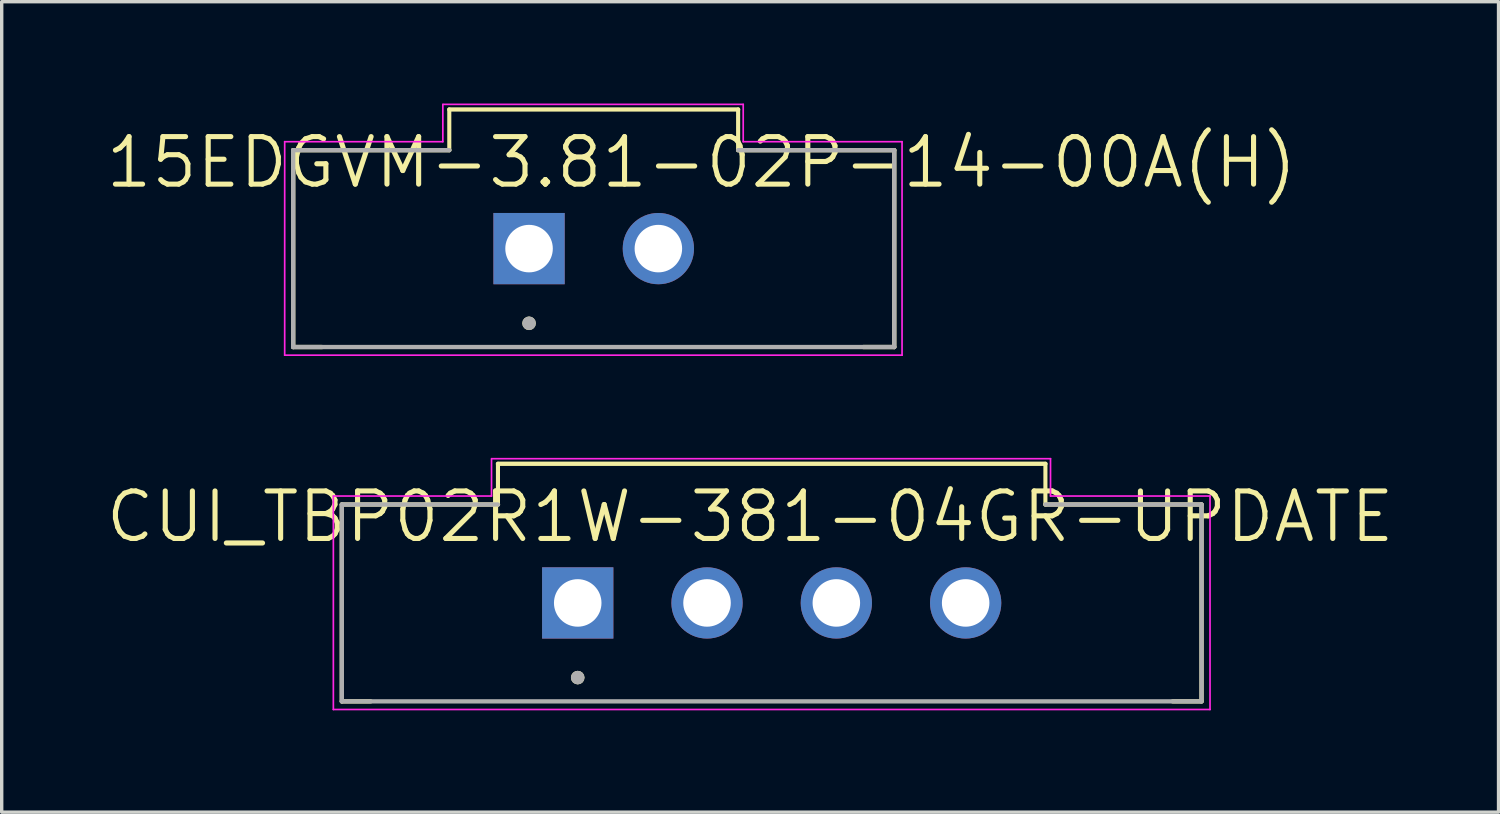
<source format=kicad_pcb>
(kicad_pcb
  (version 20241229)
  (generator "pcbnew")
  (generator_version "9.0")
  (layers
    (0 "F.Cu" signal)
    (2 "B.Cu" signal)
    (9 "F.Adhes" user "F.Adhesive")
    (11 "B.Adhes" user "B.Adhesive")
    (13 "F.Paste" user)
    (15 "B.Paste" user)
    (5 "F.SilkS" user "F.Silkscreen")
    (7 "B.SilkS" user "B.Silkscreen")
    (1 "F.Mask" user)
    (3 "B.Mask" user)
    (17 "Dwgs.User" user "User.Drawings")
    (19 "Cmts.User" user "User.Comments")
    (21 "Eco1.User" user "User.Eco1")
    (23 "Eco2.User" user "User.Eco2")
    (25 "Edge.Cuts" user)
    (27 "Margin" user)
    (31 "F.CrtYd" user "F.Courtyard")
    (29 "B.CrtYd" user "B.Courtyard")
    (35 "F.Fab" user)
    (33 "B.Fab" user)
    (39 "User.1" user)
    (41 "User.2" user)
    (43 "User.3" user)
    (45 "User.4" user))
  (footprint "CUI_TBP02R1W-381-04GR-UPDATE"
    (layer "F.Cu")
    (at 13.972 14.715)
    (property "Reference" "CUI_TBP02R1W-381-04GR-UPDATE" (at 5.08 -2.54 0) (layer "F.SilkS") (effects (font (size 1.4 1.4) (thickness 0.15))))
    (attr through_hole)
    (fp_line (start -6.95 -2.9) (end -2.35 -2.9) (stroke (width 0.127) (type solid)) (layer "F.SilkS"))
    (fp_line (start -6.95 2.9) (end -6.95 -2.9) (stroke (width 0.127) (type solid)) (layer "F.SilkS"))
    (fp_line (start -6.95 2.9) (end -6.1 2.9) (stroke (width 0.127) (type solid)) (layer "F.SilkS"))
    (fp_line (start -2.35 -4.1) (end -2.35 -2.9) (stroke (width 0.12) (type solid)) (layer "F.SilkS"))
    (fp_line (start -2.35 -4.1) (end 13.78 -4.1) (stroke (width 0.127) (type solid)) (layer "F.SilkS"))
    (fp_line (start 13.78 -4.1) (end 13.78 -2.9) (stroke (width 0.12) (type solid)) (layer "F.SilkS"))
    (fp_line (start 13.78 -2.9) (end 18.38 -2.9) (stroke (width 0.127) (type solid)) (layer "F.SilkS"))
    (fp_line (start 18.38 -2.9) (end 18.38 2.9) (stroke (width 0.127) (type solid)) (layer "F.SilkS"))
    (fp_line (start 18.38 2.9) (end 17.53 2.9) (stroke (width 0.127) (type solid)) (layer "F.SilkS"))
    (fp_circle (center 0 2.2) (end 0.1 2.2) (stroke (width 0.2) (type solid)) (fill no) (layer "F.SilkS"))
    (fp_line (start -7.2 -3.15) (end -2.54 -3.15) (stroke (width 0.05) (type solid)) (layer "F.CrtYd"))
    (fp_line (start -7.2 3.14) (end -7.2 -3.15) (stroke (width 0.05) (type solid)) (layer "F.CrtYd"))
    (fp_line (start -2.54 -4.25) (end -2.54 -3.15) (stroke (width 0.05) (type solid)) (layer "F.CrtYd"))
    (fp_line (start -2.53 -4.25) (end 13.93 -4.25) (stroke (width 0.05) (type solid)) (layer "F.CrtYd"))
    (fp_line (start 13.93 -4.25) (end 13.93 -3.15) (stroke (width 0.05) (type solid)) (layer "F.CrtYd"))
    (fp_line (start 13.93 -3.15) (end 18.63 -3.15) (stroke (width 0.05) (type solid)) (layer "F.CrtYd"))
    (fp_line (start 18.63 -3.15) (end 18.63 3.14) (stroke (width 0.05) (type solid)) (layer "F.CrtYd"))
    (fp_line (start 18.63 3.14) (end -7.2 3.14) (stroke (width 0.05) (type solid)) (layer "F.CrtYd"))
    (fp_line (start -6.95 -2.9) (end -2.35 -2.9) (stroke (width 0.127) (type solid)) (layer "F.Fab"))
    (fp_line (start -6.95 2.9) (end -6.95 -2.9) (stroke (width 0.127) (type solid)) (layer "F.Fab"))
    (fp_line (start 13.78 -2.9) (end 18.38 -2.9) (stroke (width 0.127) (type solid)) (layer "F.Fab"))
    (fp_line (start 18.38 -2.9) (end 18.38 2.9) (stroke (width 0.127) (type solid)) (layer "F.Fab"))
    (fp_line (start 18.38 2.9) (end -6.95 2.9) (stroke (width 0.127) (type solid)) (layer "F.Fab"))
    (fp_circle (center 0 2.2) (end 0.1 2.2) (stroke (width 0.2) (type solid)) (fill no) (layer "F.Fab"))
    (pad "1" thru_hole rect (at 0 0) (size 2.1 2.1) (drill 1.4) (layers "*.Cu" "*.Mask"))
    (pad "2" thru_hole circle (at 3.81 0) (size 2.1 2.1) (drill 1.4) (layers "*.Cu" "*.Mask"))
    (pad "3" thru_hole circle (at 7.62 0) (size 2.1 2.1) (drill 1.4) (layers "*.Cu" "*.Mask"))
    (pad "4" thru_hole circle (at 11.43 0) (size 2.1 2.1) (drill 1.4) (layers "*.Cu" "*.Mask")))
  (footprint "15EDGVM-3.81-02P-14-00A(H)"
    (layer "F.Cu")
    (at 12.538 4.275)
    (property "Reference" "15EDGVM-3.81-02P-14-00A(H)" (at 5.08 -2.54 0) (layer "F.SilkS") (effects (font (size 1.4 1.4) (thickness 0.15))))
    (attr through_hole)
    (fp_line (start -6.95 -2.9) (end -2.35 -2.9) (stroke (width 0.127) (type solid)) (layer "F.SilkS"))
    (fp_line (start -6.95 2.9) (end -6.95 -2.9) (stroke (width 0.127) (type solid)) (layer "F.SilkS"))
    (fp_line (start -6.95 2.9) (end -6.1 2.9) (stroke (width 0.127) (type solid)) (layer "F.SilkS"))
    (fp_line (start -2.35 -4.1) (end -2.35 -2.9) (stroke (width 0.12) (type solid)) (layer "F.SilkS"))
    (fp_line (start -2.35 -4.1) (end 6.16 -4.1) (stroke (width 0.127) (type solid)) (layer "F.SilkS"))
    (fp_line (start 6.16 -4.1) (end 6.16 -2.9) (stroke (width 0.12) (type solid)) (layer "F.SilkS"))
    (fp_line (start 6.16 -2.9) (end 10.76 -2.9) (stroke (width 0.127) (type solid)) (layer "F.SilkS"))
    (fp_line (start 10.76 -2.9) (end 10.76 2.9) (stroke (width 0.127) (type solid)) (layer "F.SilkS"))
    (fp_line (start 10.76 2.9) (end 9.85 2.9) (stroke (width 0.127) (type solid)) (layer "F.SilkS"))
    (fp_circle (center 0 2.2) (end 0.1 2.2) (stroke (width 0.2) (type solid)) (fill no) (layer "F.SilkS"))
    (fp_line (start -7.2 -3.15) (end -2.54 -3.15) (stroke (width 0.05) (type solid)) (layer "F.CrtYd"))
    (fp_line (start -7.2 3.14) (end -7.2 -3.15) (stroke (width 0.05) (type solid)) (layer "F.CrtYd"))
    (fp_line (start -2.54 -4.25) (end -2.54 -3.15) (stroke (width 0.05) (type solid)) (layer "F.CrtYd"))
    (fp_line (start -2.53 -4.25) (end 6.31 -4.25) (stroke (width 0.05) (type solid)) (layer "F.CrtYd"))
    (fp_line (start 6.31 -4.25) (end 6.31 -3.15) (stroke (width 0.05) (type solid)) (layer "F.CrtYd"))
    (fp_line (start 6.31 -3.15) (end 10.99 -3.15) (stroke (width 0.05) (type solid)) (layer "F.CrtYd"))
    (fp_line (start 10.99 -3.15) (end 10.99 3.14) (stroke (width 0.05) (type solid)) (layer "F.CrtYd"))
    (fp_line (start 10.99 3.14) (end -7.2 3.14) (stroke (width 0.05) (type solid)) (layer "F.CrtYd"))
    (fp_line (start -6.95 -2.9) (end -2.35 -2.9) (stroke (width 0.127) (type solid)) (layer "F.Fab"))
    (fp_line (start -6.95 2.9) (end -6.95 -2.9) (stroke (width 0.127) (type solid)) (layer "F.Fab"))
    (fp_line (start 6.16 -2.9) (end 10.76 -2.9) (stroke (width 0.127) (type solid)) (layer "F.Fab"))
    (fp_line (start 10.76 -2.9) (end 10.76 2.9) (stroke (width 0.127) (type solid)) (layer "F.Fab"))
    (fp_line (start 10.76 2.9) (end -6.95 2.9) (stroke (width 0.127) (type solid)) (layer "F.Fab"))
    (fp_circle (center 0 2.2) (end 0.1 2.2) (stroke (width 0.2) (type solid)) (fill no) (layer "F.Fab"))
    (pad "1" thru_hole rect (at 0 0) (size 2.1 2.1) (drill 1.4) (layers "*.Cu" "*.Mask"))
    (pad "2" thru_hole circle (at 3.81 0) (size 2.1 2.1) (drill 1.4) (layers "*.Cu" "*.Mask")))
  (gr_rect
    (start -3 -3)
    (end 41.103 20.88)
    (stroke (width 0.1) (type default))
    (fill no)
    (layer "Edge.Cuts")))
</source>
